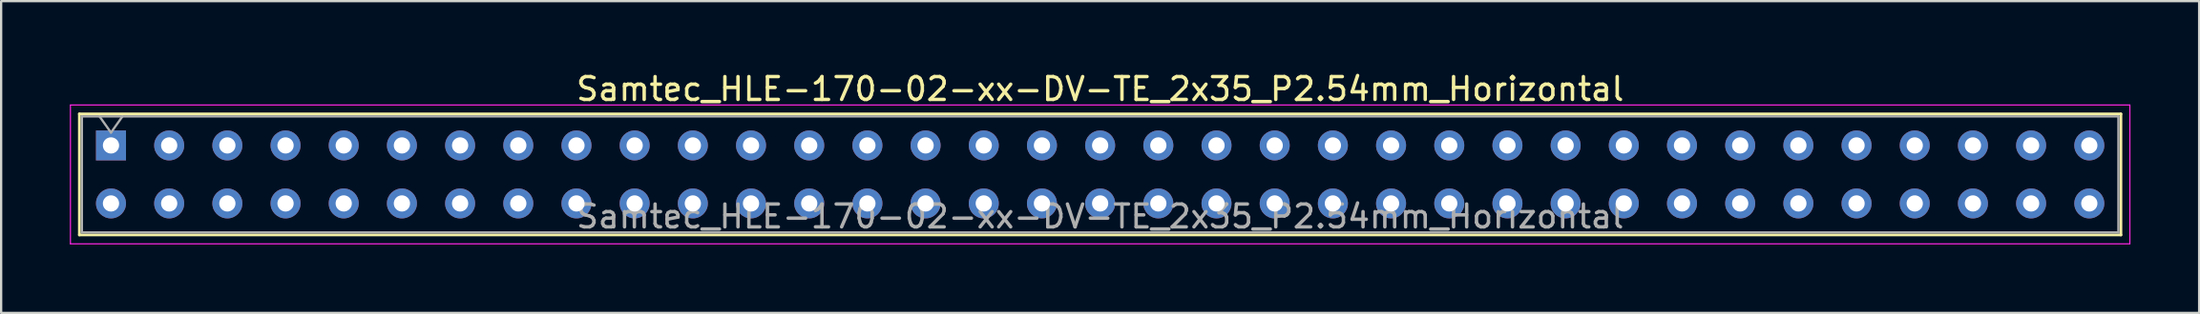
<source format=kicad_pcb>
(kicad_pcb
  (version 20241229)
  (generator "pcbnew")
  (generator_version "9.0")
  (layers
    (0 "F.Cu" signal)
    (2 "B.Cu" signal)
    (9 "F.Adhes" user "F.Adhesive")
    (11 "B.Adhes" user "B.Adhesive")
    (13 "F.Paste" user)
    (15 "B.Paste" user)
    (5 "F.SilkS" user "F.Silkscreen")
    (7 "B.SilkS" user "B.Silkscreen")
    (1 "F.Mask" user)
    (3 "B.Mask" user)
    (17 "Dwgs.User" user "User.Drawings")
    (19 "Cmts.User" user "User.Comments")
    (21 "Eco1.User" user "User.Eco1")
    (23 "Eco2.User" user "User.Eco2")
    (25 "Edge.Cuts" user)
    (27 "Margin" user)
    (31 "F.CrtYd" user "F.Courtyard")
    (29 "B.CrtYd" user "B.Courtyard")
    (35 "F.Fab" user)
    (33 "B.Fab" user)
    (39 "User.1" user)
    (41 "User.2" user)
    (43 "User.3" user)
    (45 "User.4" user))
  (footprint "Samtec_HLE-170-02-xx-DV-TE_2x35_P2.54mm_Horizontal"
    (layer "F.Cu")
    (at 1.795 3.318)
    (property "Reference" "Samtec_HLE-170-02-xx-DV-TE_2x35_P2.54mm_Horizontal" (at 43.18 -2.47 0) (layer "F.SilkS") (effects (font (size 1 1) (thickness 0.15))))
    (attr through_hole)
    (fp_line (start -1.38 -1.38) (end 87.74 -1.38) (stroke (width 0.12) (type solid)) (layer "F.SilkS"))
    (fp_line (start -1.38 3.92) (end -1.38 -1.38) (stroke (width 0.12) (type solid)) (layer "F.SilkS"))
    (fp_line (start 87.74 -1.38) (end 87.74 3.92) (stroke (width 0.12) (type solid)) (layer "F.SilkS"))
    (fp_line (start 87.74 3.92) (end -1.38 3.92) (stroke (width 0.12) (type solid)) (layer "F.SilkS"))
    (fp_line (start -1.77 -1.77) (end 88.13 -1.77) (stroke (width 0.05) (type solid)) (layer "F.CrtYd"))
    (fp_line (start -1.77 4.31) (end -1.77 -1.77) (stroke (width 0.05) (type solid)) (layer "F.CrtYd"))
    (fp_line (start 88.13 -1.77) (end 88.13 4.31) (stroke (width 0.05) (type solid)) (layer "F.CrtYd"))
    (fp_line (start 88.13 4.31) (end -1.77 4.31) (stroke (width 0.05) (type solid)) (layer "F.CrtYd"))
    (fp_line (start -1.27 -1.27) (end 87.63 -1.27) (stroke (width 0.1) (type solid)) (layer "F.Fab"))
    (fp_line (start -1.27 3.81) (end -1.27 -1.27) (stroke (width 0.1) (type solid)) (layer "F.Fab"))
    (fp_line (start -0.5 -1.27) (end 0 -0.563) (stroke (width 0.1) (type solid)) (layer "F.Fab"))
    (fp_line (start 0 -0.563) (end 0.5 -1.27) (stroke (width 0.1) (type solid)) (layer "F.Fab"))
    (fp_line (start 87.63 -1.27) (end 87.63 3.81) (stroke (width 0.1) (type solid)) (layer "F.Fab"))
    (fp_line (start 87.63 3.81) (end -1.27 3.81) (stroke (width 0.1) (type solid)) (layer "F.Fab"))
    (fp_text user "${REFERENCE}" (at 43.18 3.11 0) (layer "F.Fab") (effects (font (size 1 1) (thickness 0.15))))
    (pad "1" thru_hole rect (at 0 0) (size 1.31 1.31) (drill 0.71) (layers "*.Cu" "*.Mask"))
    (pad "2" thru_hole circle (at 0 2.54) (size 1.31 1.31) (drill 0.71) (layers "*.Cu" "*.Mask"))
    (pad "3" thru_hole circle (at 2.54 0) (size 1.31 1.31) (drill 0.71) (layers "*.Cu" "*.Mask"))
    (pad "4" thru_hole circle (at 2.54 2.54) (size 1.31 1.31) (drill 0.71) (layers "*.Cu" "*.Mask"))
    (pad "5" thru_hole circle (at 5.08 0) (size 1.31 1.31) (drill 0.71) (layers "*.Cu" "*.Mask"))
    (pad "6" thru_hole circle (at 5.08 2.54) (size 1.31 1.31) (drill 0.71) (layers "*.Cu" "*.Mask"))
    (pad "7" thru_hole circle (at 7.62 0) (size 1.31 1.31) (drill 0.71) (layers "*.Cu" "*.Mask"))
    (pad "8" thru_hole circle (at 7.62 2.54) (size 1.31 1.31) (drill 0.71) (layers "*.Cu" "*.Mask"))
    (pad "9" thru_hole circle (at 10.16 0) (size 1.31 1.31) (drill 0.71) (layers "*.Cu" "*.Mask"))
    (pad "10" thru_hole circle (at 10.16 2.54) (size 1.31 1.31) (drill 0.71) (layers "*.Cu" "*.Mask"))
    (pad "11" thru_hole circle (at 12.7 0) (size 1.31 1.31) (drill 0.71) (layers "*.Cu" "*.Mask"))
    (pad "12" thru_hole circle (at 12.7 2.54) (size 1.31 1.31) (drill 0.71) (layers "*.Cu" "*.Mask"))
    (pad "13" thru_hole circle (at 15.24 0) (size 1.31 1.31) (drill 0.71) (layers "*.Cu" "*.Mask"))
    (pad "14" thru_hole circle (at 15.24 2.54) (size 1.31 1.31) (drill 0.71) (layers "*.Cu" "*.Mask"))
    (pad "15" thru_hole circle (at 17.78 0) (size 1.31 1.31) (drill 0.71) (layers "*.Cu" "*.Mask"))
    (pad "16" thru_hole circle (at 17.78 2.54) (size 1.31 1.31) (drill 0.71) (layers "*.Cu" "*.Mask"))
    (pad "17" thru_hole circle (at 20.32 0) (size 1.31 1.31) (drill 0.71) (layers "*.Cu" "*.Mask"))
    (pad "18" thru_hole circle (at 20.32 2.54) (size 1.31 1.31) (drill 0.71) (layers "*.Cu" "*.Mask"))
    (pad "19" thru_hole circle (at 22.86 0) (size 1.31 1.31) (drill 0.71) (layers "*.Cu" "*.Mask"))
    (pad "20" thru_hole circle (at 22.86 2.54) (size 1.31 1.31) (drill 0.71) (layers "*.Cu" "*.Mask"))
    (pad "21" thru_hole circle (at 25.4 0) (size 1.31 1.31) (drill 0.71) (layers "*.Cu" "*.Mask"))
    (pad "22" thru_hole circle (at 25.4 2.54) (size 1.31 1.31) (drill 0.71) (layers "*.Cu" "*.Mask"))
    (pad "23" thru_hole circle (at 27.94 0) (size 1.31 1.31) (drill 0.71) (layers "*.Cu" "*.Mask"))
    (pad "24" thru_hole circle (at 27.94 2.54) (size 1.31 1.31) (drill 0.71) (layers "*.Cu" "*.Mask"))
    (pad "25" thru_hole circle (at 30.48 0) (size 1.31 1.31) (drill 0.71) (layers "*.Cu" "*.Mask"))
    (pad "26" thru_hole circle (at 30.48 2.54) (size 1.31 1.31) (drill 0.71) (layers "*.Cu" "*.Mask"))
    (pad "27" thru_hole circle (at 33.02 0) (size 1.31 1.31) (drill 0.71) (layers "*.Cu" "*.Mask"))
    (pad "28" thru_hole circle (at 33.02 2.54) (size 1.31 1.31) (drill 0.71) (layers "*.Cu" "*.Mask"))
    (pad "29" thru_hole circle (at 35.56 0) (size 1.31 1.31) (drill 0.71) (layers "*.Cu" "*.Mask"))
    (pad "30" thru_hole circle (at 35.56 2.54) (size 1.31 1.31) (drill 0.71) (layers "*.Cu" "*.Mask"))
    (pad "31" thru_hole circle (at 38.1 0) (size 1.31 1.31) (drill 0.71) (layers "*.Cu" "*.Mask"))
    (pad "32" thru_hole circle (at 38.1 2.54) (size 1.31 1.31) (drill 0.71) (layers "*.Cu" "*.Mask"))
    (pad "33" thru_hole circle (at 40.64 0) (size 1.31 1.31) (drill 0.71) (layers "*.Cu" "*.Mask"))
    (pad "34" thru_hole circle (at 40.64 2.54) (size 1.31 1.31) (drill 0.71) (layers "*.Cu" "*.Mask"))
    (pad "35" thru_hole circle (at 43.18 0) (size 1.31 1.31) (drill 0.71) (layers "*.Cu" "*.Mask"))
    (pad "36" thru_hole circle (at 43.18 2.54) (size 1.31 1.31) (drill 0.71) (layers "*.Cu" "*.Mask"))
    (pad "37" thru_hole circle (at 45.72 0) (size 1.31 1.31) (drill 0.71) (layers "*.Cu" "*.Mask"))
    (pad "38" thru_hole circle (at 45.72 2.54) (size 1.31 1.31) (drill 0.71) (layers "*.Cu" "*.Mask"))
    (pad "39" thru_hole circle (at 48.26 0) (size 1.31 1.31) (drill 0.71) (layers "*.Cu" "*.Mask"))
    (pad "40" thru_hole circle (at 48.26 2.54) (size 1.31 1.31) (drill 0.71) (layers "*.Cu" "*.Mask"))
    (pad "41" thru_hole circle (at 50.8 0) (size 1.31 1.31) (drill 0.71) (layers "*.Cu" "*.Mask"))
    (pad "42" thru_hole circle (at 50.8 2.54) (size 1.31 1.31) (drill 0.71) (layers "*.Cu" "*.Mask"))
    (pad "43" thru_hole circle (at 53.34 0) (size 1.31 1.31) (drill 0.71) (layers "*.Cu" "*.Mask"))
    (pad "44" thru_hole circle (at 53.34 2.54) (size 1.31 1.31) (drill 0.71) (layers "*.Cu" "*.Mask"))
    (pad "45" thru_hole circle (at 55.88 0) (size 1.31 1.31) (drill 0.71) (layers "*.Cu" "*.Mask"))
    (pad "46" thru_hole circle (at 55.88 2.54) (size 1.31 1.31) (drill 0.71) (layers "*.Cu" "*.Mask"))
    (pad "47" thru_hole circle (at 58.42 0) (size 1.31 1.31) (drill 0.71) (layers "*.Cu" "*.Mask"))
    (pad "48" thru_hole circle (at 58.42 2.54) (size 1.31 1.31) (drill 0.71) (layers "*.Cu" "*.Mask"))
    (pad "49" thru_hole circle (at 60.96 0) (size 1.31 1.31) (drill 0.71) (layers "*.Cu" "*.Mask"))
    (pad "50" thru_hole circle (at 60.96 2.54) (size 1.31 1.31) (drill 0.71) (layers "*.Cu" "*.Mask"))
    (pad "51" thru_hole circle (at 63.5 0) (size 1.31 1.31) (drill 0.71) (layers "*.Cu" "*.Mask"))
    (pad "52" thru_hole circle (at 63.5 2.54) (size 1.31 1.31) (drill 0.71) (layers "*.Cu" "*.Mask"))
    (pad "53" thru_hole circle (at 66.04 0) (size 1.31 1.31) (drill 0.71) (layers "*.Cu" "*.Mask"))
    (pad "54" thru_hole circle (at 66.04 2.54) (size 1.31 1.31) (drill 0.71) (layers "*.Cu" "*.Mask"))
    (pad "55" thru_hole circle (at 68.58 0) (size 1.31 1.31) (drill 0.71) (layers "*.Cu" "*.Mask"))
    (pad "56" thru_hole circle (at 68.58 2.54) (size 1.31 1.31) (drill 0.71) (layers "*.Cu" "*.Mask"))
    (pad "57" thru_hole circle (at 71.12 0) (size 1.31 1.31) (drill 0.71) (layers "*.Cu" "*.Mask"))
    (pad "58" thru_hole circle (at 71.12 2.54) (size 1.31 1.31) (drill 0.71) (layers "*.Cu" "*.Mask"))
    (pad "59" thru_hole circle (at 73.66 0) (size 1.31 1.31) (drill 0.71) (layers "*.Cu" "*.Mask"))
    (pad "60" thru_hole circle (at 73.66 2.54) (size 1.31 1.31) (drill 0.71) (layers "*.Cu" "*.Mask"))
    (pad "61" thru_hole circle (at 76.2 0) (size 1.31 1.31) (drill 0.71) (layers "*.Cu" "*.Mask"))
    (pad "62" thru_hole circle (at 76.2 2.54) (size 1.31 1.31) (drill 0.71) (layers "*.Cu" "*.Mask"))
    (pad "63" thru_hole circle (at 78.74 0) (size 1.31 1.31) (drill 0.71) (layers "*.Cu" "*.Mask"))
    (pad "64" thru_hole circle (at 78.74 2.54) (size 1.31 1.31) (drill 0.71) (layers "*.Cu" "*.Mask"))
    (pad "65" thru_hole circle (at 81.28 0) (size 1.31 1.31) (drill 0.71) (layers "*.Cu" "*.Mask"))
    (pad "66" thru_hole circle (at 81.28 2.54) (size 1.31 1.31) (drill 0.71) (layers "*.Cu" "*.Mask"))
    (pad "67" thru_hole circle (at 83.82 0) (size 1.31 1.31) (drill 0.71) (layers "*.Cu" "*.Mask"))
    (pad "68" thru_hole circle (at 83.82 2.54) (size 1.31 1.31) (drill 0.71) (layers "*.Cu" "*.Mask"))
    (pad "69" thru_hole circle (at 86.36 0) (size 1.31 1.31) (drill 0.71) (layers "*.Cu" "*.Mask"))
    (pad "70" thru_hole circle (at 86.36 2.54) (size 1.31 1.31) (drill 0.71) (layers "*.Cu" "*.Mask")))
  (gr_rect
    (start -3 -3)
    (end 92.95 10.653)
    (stroke (width 0.1) (type default))
    (fill no)
    (layer "Edge.Cuts")))
</source>
